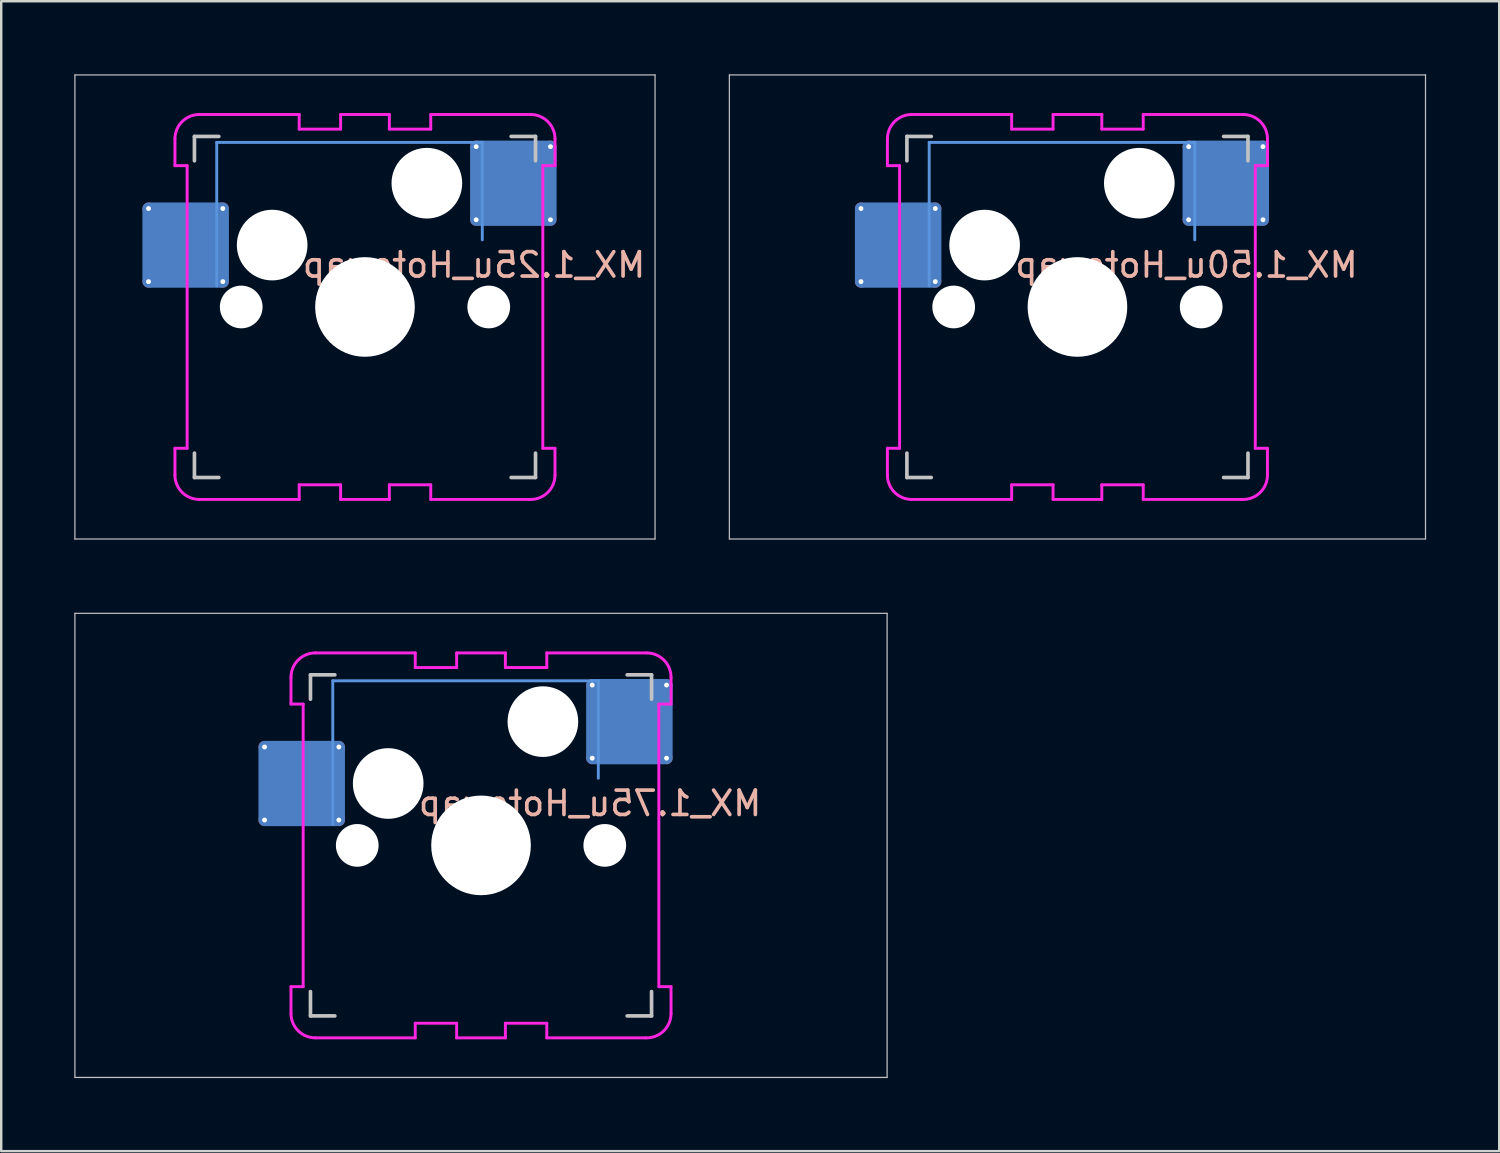
<source format=kicad_pcb>
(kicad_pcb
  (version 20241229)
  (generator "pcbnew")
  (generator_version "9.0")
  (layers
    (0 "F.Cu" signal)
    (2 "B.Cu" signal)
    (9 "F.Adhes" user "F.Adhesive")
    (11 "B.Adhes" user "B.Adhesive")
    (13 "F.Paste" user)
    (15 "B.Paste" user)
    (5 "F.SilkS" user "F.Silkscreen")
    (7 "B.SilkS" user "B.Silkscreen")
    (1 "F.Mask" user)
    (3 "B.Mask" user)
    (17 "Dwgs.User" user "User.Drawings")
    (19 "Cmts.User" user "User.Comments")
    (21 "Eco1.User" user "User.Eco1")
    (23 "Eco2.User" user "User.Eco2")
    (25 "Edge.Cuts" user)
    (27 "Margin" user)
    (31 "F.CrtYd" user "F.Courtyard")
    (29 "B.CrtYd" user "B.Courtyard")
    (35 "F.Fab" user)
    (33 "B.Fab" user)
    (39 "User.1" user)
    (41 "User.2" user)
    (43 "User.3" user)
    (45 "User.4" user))
  (footprint "MX_1.25u_Hotswap"
    (layer "F.Cu")
    (at 11.931 9.55)
    (property "Reference" "MX_1.25u_Hotswap" (at 4.475 -1.725 180) (layer "B.SilkS") (effects (font (size 1 1) (thickness 0.15)) (justify mirror)))
    (attr through_hole)
    (fp_line (start -11.906 -9.525) (end 11.906 -9.525) (stroke (width 0.05) (type solid)) (layer "Dwgs.User"))
    (fp_line (start -11.906 9.525) (end -11.906 -9.525) (stroke (width 0.05) (type solid)) (layer "Dwgs.User"))
    (fp_line (start -7 -7) (end -6 -7) (stroke (width 0.15) (type solid)) (layer "Dwgs.User"))
    (fp_line (start -7 -6) (end -7 -7) (stroke (width 0.15) (type solid)) (layer "Dwgs.User"))
    (fp_line (start -7 6) (end -7 7) (stroke (width 0.15) (type solid)) (layer "Dwgs.User"))
    (fp_line (start -7 7) (end -6 7) (stroke (width 0.15) (type solid)) (layer "Dwgs.User"))
    (fp_line (start 6 7) (end 7 7) (stroke (width 0.15) (type solid)) (layer "Dwgs.User"))
    (fp_line (start 7 -7) (end 6 -7) (stroke (width 0.15) (type solid)) (layer "Dwgs.User"))
    (fp_line (start 7 -7) (end 7 -6) (stroke (width 0.15) (type solid)) (layer "Dwgs.User"))
    (fp_line (start 7 7) (end 7 6) (stroke (width 0.15) (type solid)) (layer "Dwgs.User"))
    (fp_line (start 11.906 -9.525) (end 11.906 9.525) (stroke (width 0.05) (type solid)) (layer "Dwgs.User"))
    (fp_line (start 11.906 9.525) (end -11.906 9.525) (stroke (width 0.05) (type solid)) (layer "Dwgs.User"))
    (fp_line (start -6.085 -6.755) (end -6.085 -0.865) (stroke (width 0.12) (type solid)) (layer "Cmts.User"))
    (fp_line (start -6.085 -6.755) (end 4.815 -6.755) (stroke (width 0.12) (type solid)) (layer "Cmts.User"))
    (fp_line (start 4.815 -6.755) (end 4.815 -2.755) (stroke (width 0.12) (type solid)) (layer "Cmts.User"))
    (fp_line (start -7.8 -6.9) (end -7.8 -5.8) (stroke (width 0.12) (type solid)) (layer "F.CrtYd"))
    (fp_line (start -7.8 -5.8) (end -7.3 -5.8) (stroke (width 0.12) (type solid)) (layer "F.CrtYd"))
    (fp_line (start -7.8 5.8) (end -7.3 5.8) (stroke (width 0.12) (type solid)) (layer "F.CrtYd"))
    (fp_line (start -7.8 6.9) (end -7.8 5.8) (stroke (width 0.12) (type solid)) (layer "F.CrtYd"))
    (fp_line (start -7.3 -5.8) (end -7.3 5.8) (stroke (width 0.12) (type solid)) (layer "F.CrtYd"))
    (fp_line (start -6.8 -7.9) (end -2.7 -7.9) (stroke (width 0.12) (type solid)) (layer "F.CrtYd"))
    (fp_line (start -6.8 7.9) (end -2.7 7.9) (stroke (width 0.12) (type solid)) (layer "F.CrtYd"))
    (fp_line (start -2.7 -7.9) (end -2.7 -7.3) (stroke (width 0.12) (type solid)) (layer "F.CrtYd"))
    (fp_line (start -2.7 7.3) (end -1 7.3) (stroke (width 0.12) (type solid)) (layer "F.CrtYd"))
    (fp_line (start -2.7 7.9) (end -2.7 7.3) (stroke (width 0.12) (type solid)) (layer "F.CrtYd"))
    (fp_line (start -1 -7.9) (end -1 -7.3) (stroke (width 0.12) (type solid)) (layer "F.CrtYd"))
    (fp_line (start -1 -7.9) (end 1 -7.9) (stroke (width 0.12) (type solid)) (layer "F.CrtYd"))
    (fp_line (start -1 -7.3) (end -2.7 -7.3) (stroke (width 0.12) (type solid)) (layer "F.CrtYd"))
    (fp_line (start -1 7.3) (end -1 7.9) (stroke (width 0.12) (type solid)) (layer "F.CrtYd"))
    (fp_line (start -1 7.9) (end 1 7.9) (stroke (width 0.12) (type solid)) (layer "F.CrtYd"))
    (fp_line (start 1 -7.9) (end 1 -7.3) (stroke (width 0.12) (type solid)) (layer "F.CrtYd"))
    (fp_line (start 1 -7.3) (end 2.7 -7.3) (stroke (width 0.12) (type solid)) (layer "F.CrtYd"))
    (fp_line (start 1 7.3) (end 2.7 7.3) (stroke (width 0.12) (type solid)) (layer "F.CrtYd"))
    (fp_line (start 1 7.9) (end 1 7.3) (stroke (width 0.12) (type solid)) (layer "F.CrtYd"))
    (fp_line (start 2.7 -7.9) (end 2.7 -7.3) (stroke (width 0.12) (type solid)) (layer "F.CrtYd"))
    (fp_line (start 2.7 7.9) (end 2.7 7.3) (stroke (width 0.12) (type solid)) (layer "F.CrtYd"))
    (fp_line (start 6.749 7.9) (end 2.7 7.9) (stroke (width 0.12) (type solid)) (layer "F.CrtYd"))
    (fp_line (start 6.8 -7.9) (end 2.7 -7.9) (stroke (width 0.12) (type solid)) (layer "F.CrtYd"))
    (fp_line (start 7.3 5.8) (end 7.3 -5.8) (stroke (width 0.12) (type solid)) (layer "F.CrtYd"))
    (fp_line (start 7.799 5.8) (end 7.3 5.8) (stroke (width 0.12) (type solid)) (layer "F.CrtYd"))
    (fp_line (start 7.8 -6.9) (end 7.8 -5.8) (stroke (width 0.12) (type solid)) (layer "F.CrtYd"))
    (fp_line (start 7.8 -5.8) (end 7.3 -5.8) (stroke (width 0.12) (type solid)) (layer "F.CrtYd"))
    (fp_line (start 7.8 6.9) (end 7.799 5.8) (stroke (width 0.12) (type solid)) (layer "F.CrtYd"))
    (fp_arc (start -7.8 -6.9) (mid -7.507107 -7.607107) (end -6.8 -7.9) (stroke (width 0.12) (type solid)) (layer "F.CrtYd"))
    (fp_arc (start -6.8 7.9) (mid -7.507107 7.607107) (end -7.8 6.9) (stroke (width 0.12) (type solid)) (layer "F.CrtYd"))
    (fp_arc (start 6.8 -7.9) (mid 7.507107 -7.607107) (end 7.8 -6.9) (stroke (width 0.12) (type solid)) (layer "F.CrtYd"))
    (fp_arc (start 7.8 6.9) (mid 7.488837 7.625452) (end 6.748751 7.9) (stroke (width 0.12) (type solid)) (layer "F.CrtYd"))
    (pad "" np_thru_hole circle (at -5.08 0) (size 1.753 1.753) (drill 1.753) (layers "*.Cu" "*.Mask"))
    (pad "" np_thru_hole circle (at -3.81 -2.54) (size 2.9 2.9) (drill 2.9) (layers "*.Cu" "*.Mask"))
    (pad "" np_thru_hole circle (at 0 0) (size 4.089 4.089) (drill 4.089) (layers "*.Cu" "*.Mask"))
    (pad "" np_thru_hole circle (at 2.54 -5.08) (size 2.9 2.9) (drill 2.9) (layers "*.Cu" "*.Mask"))
    (pad "" np_thru_hole circle (at 5.08 0) (size 1.753 1.753) (drill 1.753) (layers "*.Cu" "*.Mask"))
    (pad "1" thru_hole circle (at -8.885 -4.04) (size 0.5 0.5) (drill 0.2) (layers "*.Cu" "*.Mask"))
    (pad "1" thru_hole circle (at -8.885 -1.04) (size 0.5 0.5) (drill 0.2) (layers "*.Cu" "*.Mask"))
    (pad "1" smd roundrect (at -7.36 -2.54) (size 3.55 3.5) (layers "B.Cu" "B.Mask" "B.Paste") (roundrect_rratio 0.1))
    (pad "1" thru_hole circle (at -5.835 -4.04) (size 0.5 0.5) (drill 0.2) (layers "*.Cu" "*.Mask"))
    (pad "1" thru_hole circle (at -5.835 -1.04) (size 0.5 0.5) (drill 0.2) (layers "*.Cu" "*.Mask"))
    (pad "2" thru_hole circle (at 4.565 -6.58) (size 0.5 0.5) (drill 0.2) (layers "*.Cu" "*.Mask"))
    (pad "2" thru_hole circle (at 4.565 -3.58) (size 0.5 0.5) (drill 0.2) (layers "*.Cu" "*.Mask"))
    (pad "2" smd roundrect (at 6.09 -5.08) (size 3.55 3.5) (layers "B.Cu" "B.Mask" "B.Paste") (roundrect_rratio 0.1))
    (pad "2" thru_hole circle (at 7.615 -6.58) (size 0.5 0.5) (drill 0.2) (layers "*.Cu" "*.Mask"))
    (pad "2" thru_hole circle (at 7.615 -3.58) (size 0.5 0.5) (drill 0.2) (layers "*.Cu" "*.Mask")))
  (footprint "MX_1.50u_Hotswap"
    (layer "F.Cu")
    (at 41.175 9.55)
    (property "Reference" "MX_1.50u_Hotswap" (at 4.475 -1.725 0) (unlocked yes) (layer "B.SilkS") (effects (font (size 1 1) (thickness 0.15)) (justify mirror)))
    (attr through_hole)
    (fp_line (start -14.287 -9.525) (end 14.287 -9.525) (stroke (width 0.05) (type solid)) (layer "Dwgs.User"))
    (fp_line (start -14.287 9.525) (end -14.287 -9.525) (stroke (width 0.05) (type solid)) (layer "Dwgs.User"))
    (fp_line (start -7 -7) (end -6 -7) (stroke (width 0.15) (type solid)) (layer "Dwgs.User"))
    (fp_line (start -7 -6) (end -7 -7) (stroke (width 0.15) (type solid)) (layer "Dwgs.User"))
    (fp_line (start -7 6) (end -7 7) (stroke (width 0.15) (type solid)) (layer "Dwgs.User"))
    (fp_line (start -7 7) (end -6 7) (stroke (width 0.15) (type solid)) (layer "Dwgs.User"))
    (fp_line (start 6 7) (end 7 7) (stroke (width 0.15) (type solid)) (layer "Dwgs.User"))
    (fp_line (start 7 -7) (end 6 -7) (stroke (width 0.15) (type solid)) (layer "Dwgs.User"))
    (fp_line (start 7 -7) (end 7 -6) (stroke (width 0.15) (type solid)) (layer "Dwgs.User"))
    (fp_line (start 7 7) (end 7 6) (stroke (width 0.15) (type solid)) (layer "Dwgs.User"))
    (fp_line (start 14.287 -9.525) (end 14.287 9.525) (stroke (width 0.05) (type solid)) (layer "Dwgs.User"))
    (fp_line (start 14.287 9.525) (end -14.287 9.525) (stroke (width 0.05) (type solid)) (layer "Dwgs.User"))
    (fp_line (start -6.085 -6.755) (end -6.085 -0.865) (stroke (width 0.12) (type solid)) (layer "Cmts.User"))
    (fp_line (start -6.085 -6.755) (end 4.815 -6.755) (stroke (width 0.12) (type solid)) (layer "Cmts.User"))
    (fp_line (start 4.815 -6.755) (end 4.815 -2.755) (stroke (width 0.12) (type solid)) (layer "Cmts.User"))
    (fp_line (start -7.8 -6.9) (end -7.8 -5.8) (stroke (width 0.12) (type solid)) (layer "F.CrtYd"))
    (fp_line (start -7.8 -5.8) (end -7.3 -5.8) (stroke (width 0.12) (type solid)) (layer "F.CrtYd"))
    (fp_line (start -7.8 5.8) (end -7.3 5.8) (stroke (width 0.12) (type solid)) (layer "F.CrtYd"))
    (fp_line (start -7.8 6.9) (end -7.8 5.8) (stroke (width 0.12) (type solid)) (layer "F.CrtYd"))
    (fp_line (start -7.3 -5.8) (end -7.3 5.8) (stroke (width 0.12) (type solid)) (layer "F.CrtYd"))
    (fp_line (start -6.8 -7.9) (end -2.7 -7.9) (stroke (width 0.12) (type solid)) (layer "F.CrtYd"))
    (fp_line (start -6.8 7.9) (end -2.7 7.9) (stroke (width 0.12) (type solid)) (layer "F.CrtYd"))
    (fp_line (start -2.7 -7.9) (end -2.7 -7.3) (stroke (width 0.12) (type solid)) (layer "F.CrtYd"))
    (fp_line (start -2.7 7.3) (end -1 7.3) (stroke (width 0.12) (type solid)) (layer "F.CrtYd"))
    (fp_line (start -2.7 7.9) (end -2.7 7.3) (stroke (width 0.12) (type solid)) (layer "F.CrtYd"))
    (fp_line (start -1 -7.9) (end -1 -7.3) (stroke (width 0.12) (type solid)) (layer "F.CrtYd"))
    (fp_line (start -1 -7.9) (end 1 -7.9) (stroke (width 0.12) (type solid)) (layer "F.CrtYd"))
    (fp_line (start -1 -7.3) (end -2.7 -7.3) (stroke (width 0.12) (type solid)) (layer "F.CrtYd"))
    (fp_line (start -1 7.3) (end -1 7.9) (stroke (width 0.12) (type solid)) (layer "F.CrtYd"))
    (fp_line (start -1 7.9) (end 1 7.9) (stroke (width 0.12) (type solid)) (layer "F.CrtYd"))
    (fp_line (start 1 -7.9) (end 1 -7.3) (stroke (width 0.12) (type solid)) (layer "F.CrtYd"))
    (fp_line (start 1 -7.3) (end 2.7 -7.3) (stroke (width 0.12) (type solid)) (layer "F.CrtYd"))
    (fp_line (start 1 7.3) (end 2.7 7.3) (stroke (width 0.12) (type solid)) (layer "F.CrtYd"))
    (fp_line (start 1 7.9) (end 1 7.3) (stroke (width 0.12) (type solid)) (layer "F.CrtYd"))
    (fp_line (start 2.7 -7.9) (end 2.7 -7.3) (stroke (width 0.12) (type solid)) (layer "F.CrtYd"))
    (fp_line (start 2.7 7.9) (end 2.7 7.3) (stroke (width 0.12) (type solid)) (layer "F.CrtYd"))
    (fp_line (start 6.749 7.9) (end 2.7 7.9) (stroke (width 0.12) (type solid)) (layer "F.CrtYd"))
    (fp_line (start 6.8 -7.9) (end 2.7 -7.9) (stroke (width 0.12) (type solid)) (layer "F.CrtYd"))
    (fp_line (start 7.3 5.8) (end 7.3 -5.8) (stroke (width 0.12) (type solid)) (layer "F.CrtYd"))
    (fp_line (start 7.799 5.8) (end 7.3 5.8) (stroke (width 0.12) (type solid)) (layer "F.CrtYd"))
    (fp_line (start 7.8 -6.9) (end 7.8 -5.8) (stroke (width 0.12) (type solid)) (layer "F.CrtYd"))
    (fp_line (start 7.8 -5.8) (end 7.3 -5.8) (stroke (width 0.12) (type solid)) (layer "F.CrtYd"))
    (fp_line (start 7.8 6.9) (end 7.799 5.8) (stroke (width 0.12) (type solid)) (layer "F.CrtYd"))
    (fp_arc (start -7.8 -6.9) (mid -7.507107 -7.607107) (end -6.8 -7.9) (stroke (width 0.12) (type solid)) (layer "F.CrtYd"))
    (fp_arc (start -6.8 7.9) (mid -7.507107 7.607107) (end -7.8 6.9) (stroke (width 0.12) (type solid)) (layer "F.CrtYd"))
    (fp_arc (start 6.8 -7.9) (mid 7.507107 -7.607107) (end 7.8 -6.9) (stroke (width 0.12) (type solid)) (layer "F.CrtYd"))
    (fp_arc (start 7.8 6.9) (mid 7.488837 7.625453) (end 6.748751 7.9) (stroke (width 0.12) (type solid)) (layer "F.CrtYd"))
    (pad "" np_thru_hole circle (at -5.08 0) (size 1.753 1.753) (drill 1.753) (layers "*.Cu" "*.Mask"))
    (pad "" np_thru_hole circle (at -3.81 -2.54) (size 2.9 2.9) (drill 2.9) (layers "*.Cu" "*.Mask"))
    (pad "" np_thru_hole circle (at 0 0) (size 4.089 4.089) (drill 4.089) (layers "*.Cu" "*.Mask"))
    (pad "" np_thru_hole circle (at 2.54 -5.08) (size 2.9 2.9) (drill 2.9) (layers "*.Cu" "*.Mask"))
    (pad "" np_thru_hole circle (at 5.08 0) (size 1.753 1.753) (drill 1.753) (layers "*.Cu" "*.Mask"))
    (pad "1" thru_hole circle (at -8.885 -4.04) (size 0.5 0.5) (drill 0.2) (layers "*.Cu" "*.Mask"))
    (pad "1" thru_hole circle (at -8.885 -1.04) (size 0.5 0.5) (drill 0.2) (layers "*.Cu" "*.Mask"))
    (pad "1" smd roundrect (at -7.36 -2.54) (size 3.55 3.5) (layers "B.Cu" "B.Mask" "B.Paste") (roundrect_rratio 0.1))
    (pad "1" thru_hole circle (at -5.835 -4.04) (size 0.5 0.5) (drill 0.2) (layers "*.Cu" "*.Mask"))
    (pad "1" thru_hole circle (at -5.835 -1.04) (size 0.5 0.5) (drill 0.2) (layers "*.Cu" "*.Mask"))
    (pad "2" thru_hole circle (at 4.565 -6.58) (size 0.5 0.5) (drill 0.2) (layers "*.Cu" "*.Mask"))
    (pad "2" thru_hole circle (at 4.565 -3.58) (size 0.5 0.5) (drill 0.2) (layers "*.Cu" "*.Mask"))
    (pad "2" smd roundrect (at 6.09 -5.08) (size 3.55 3.5) (layers "B.Cu" "B.Mask" "B.Paste") (roundrect_rratio 0.1))
    (pad "2" thru_hole circle (at 7.615 -6.58) (size 0.5 0.5) (drill 0.2) (layers "*.Cu" "*.Mask"))
    (pad "2" thru_hole circle (at 7.615 -3.58) (size 0.5 0.5) (drill 0.2) (layers "*.Cu" "*.Mask")))
  (footprint "MX_1.75u_Hotswap"
    (layer "F.Cu")
    (at 16.694 31.65)
    (property "Reference" "MX_1.75u_Hotswap" (at 4.475 -1.725 180) (layer "B.SilkS") (effects (font (size 1 1) (thickness 0.15)) (justify mirror)))
    (attr through_hole)
    (fp_line (start -16.669 -9.525) (end 16.669 -9.525) (stroke (width 0.05) (type solid)) (layer "Dwgs.User"))
    (fp_line (start -16.669 9.525) (end -16.669 -9.525) (stroke (width 0.05) (type solid)) (layer "Dwgs.User"))
    (fp_line (start -7 -7) (end -6 -7) (stroke (width 0.15) (type solid)) (layer "Dwgs.User"))
    (fp_line (start -7 -6) (end -7 -7) (stroke (width 0.15) (type solid)) (layer "Dwgs.User"))
    (fp_line (start -7 6) (end -7 7) (stroke (width 0.15) (type solid)) (layer "Dwgs.User"))
    (fp_line (start -7 7) (end -6 7) (stroke (width 0.15) (type solid)) (layer "Dwgs.User"))
    (fp_line (start 6 7) (end 7 7) (stroke (width 0.15) (type solid)) (layer "Dwgs.User"))
    (fp_line (start 7 -7) (end 6 -7) (stroke (width 0.15) (type solid)) (layer "Dwgs.User"))
    (fp_line (start 7 -7) (end 7 -6) (stroke (width 0.15) (type solid)) (layer "Dwgs.User"))
    (fp_line (start 7 7) (end 7 6) (stroke (width 0.15) (type solid)) (layer "Dwgs.User"))
    (fp_line (start 16.669 -9.525) (end 16.669 9.525) (stroke (width 0.05) (type solid)) (layer "Dwgs.User"))
    (fp_line (start 16.669 9.525) (end -16.669 9.525) (stroke (width 0.05) (type solid)) (layer "Dwgs.User"))
    (fp_line (start -6.085 -6.755) (end -6.085 -0.865) (stroke (width 0.12) (type solid)) (layer "Cmts.User"))
    (fp_line (start -6.085 -6.755) (end 4.815 -6.755) (stroke (width 0.12) (type solid)) (layer "Cmts.User"))
    (fp_line (start 4.815 -6.755) (end 4.815 -2.755) (stroke (width 0.12) (type solid)) (layer "Cmts.User"))
    (fp_line (start -7.8 -6.9) (end -7.8 -5.8) (stroke (width 0.12) (type solid)) (layer "F.CrtYd"))
    (fp_line (start -7.8 -5.8) (end -7.3 -5.8) (stroke (width 0.12) (type solid)) (layer "F.CrtYd"))
    (fp_line (start -7.8 5.8) (end -7.3 5.8) (stroke (width 0.12) (type solid)) (layer "F.CrtYd"))
    (fp_line (start -7.8 6.9) (end -7.8 5.8) (stroke (width 0.12) (type solid)) (layer "F.CrtYd"))
    (fp_line (start -7.3 -5.8) (end -7.3 5.8) (stroke (width 0.12) (type solid)) (layer "F.CrtYd"))
    (fp_line (start -6.8 -7.9) (end -2.7 -7.9) (stroke (width 0.12) (type solid)) (layer "F.CrtYd"))
    (fp_line (start -6.8 7.9) (end -2.7 7.9) (stroke (width 0.12) (type solid)) (layer "F.CrtYd"))
    (fp_line (start -2.7 -7.9) (end -2.7 -7.3) (stroke (width 0.12) (type solid)) (layer "F.CrtYd"))
    (fp_line (start -2.7 7.3) (end -1 7.3) (stroke (width 0.12) (type solid)) (layer "F.CrtYd"))
    (fp_line (start -2.7 7.9) (end -2.7 7.3) (stroke (width 0.12) (type solid)) (layer "F.CrtYd"))
    (fp_line (start -1 -7.9) (end -1 -7.3) (stroke (width 0.12) (type solid)) (layer "F.CrtYd"))
    (fp_line (start -1 -7.9) (end 1 -7.9) (stroke (width 0.12) (type solid)) (layer "F.CrtYd"))
    (fp_line (start -1 -7.3) (end -2.7 -7.3) (stroke (width 0.12) (type solid)) (layer "F.CrtYd"))
    (fp_line (start -1 7.3) (end -1 7.9) (stroke (width 0.12) (type solid)) (layer "F.CrtYd"))
    (fp_line (start -1 7.9) (end 1 7.9) (stroke (width 0.12) (type solid)) (layer "F.CrtYd"))
    (fp_line (start 1 -7.9) (end 1 -7.3) (stroke (width 0.12) (type solid)) (layer "F.CrtYd"))
    (fp_line (start 1 -7.3) (end 2.7 -7.3) (stroke (width 0.12) (type solid)) (layer "F.CrtYd"))
    (fp_line (start 1 7.3) (end 2.7 7.3) (stroke (width 0.12) (type solid)) (layer "F.CrtYd"))
    (fp_line (start 1 7.9) (end 1 7.3) (stroke (width 0.12) (type solid)) (layer "F.CrtYd"))
    (fp_line (start 2.7 -7.9) (end 2.7 -7.3) (stroke (width 0.12) (type solid)) (layer "F.CrtYd"))
    (fp_line (start 2.7 7.9) (end 2.7 7.3) (stroke (width 0.12) (type solid)) (layer "F.CrtYd"))
    (fp_line (start 6.749 7.9) (end 2.7 7.9) (stroke (width 0.12) (type solid)) (layer "F.CrtYd"))
    (fp_line (start 6.8 -7.9) (end 2.7 -7.9) (stroke (width 0.12) (type solid)) (layer "F.CrtYd"))
    (fp_line (start 7.3 5.8) (end 7.3 -5.8) (stroke (width 0.12) (type solid)) (layer "F.CrtYd"))
    (fp_line (start 7.799 5.8) (end 7.3 5.8) (stroke (width 0.12) (type solid)) (layer "F.CrtYd"))
    (fp_line (start 7.8 -6.9) (end 7.8 -5.8) (stroke (width 0.12) (type solid)) (layer "F.CrtYd"))
    (fp_line (start 7.8 -5.8) (end 7.3 -5.8) (stroke (width 0.12) (type solid)) (layer "F.CrtYd"))
    (fp_line (start 7.8 6.9) (end 7.799 5.8) (stroke (width 0.12) (type solid)) (layer "F.CrtYd"))
    (fp_arc (start -7.8 -6.9) (mid -7.507107 -7.607107) (end -6.8 -7.9) (stroke (width 0.12) (type solid)) (layer "F.CrtYd"))
    (fp_arc (start -6.8 7.9) (mid -7.507107 7.607107) (end -7.8 6.9) (stroke (width 0.12) (type solid)) (layer "F.CrtYd"))
    (fp_arc (start 6.8 -7.9) (mid 7.507107 -7.607107) (end 7.8 -6.9) (stroke (width 0.12) (type solid)) (layer "F.CrtYd"))
    (fp_arc (start 7.8 6.9) (mid 7.488837 7.625452) (end 6.748751 7.9) (stroke (width 0.12) (type solid)) (layer "F.CrtYd"))
    (pad "" np_thru_hole circle (at -5.08 0) (size 1.753 1.753) (drill 1.753) (layers "*.Cu" "*.Mask"))
    (pad "" np_thru_hole circle (at -3.81 -2.54) (size 2.9 2.9) (drill 2.9) (layers "*.Cu" "*.Mask"))
    (pad "" np_thru_hole circle (at 0 0) (size 4.089 4.089) (drill 4.089) (layers "*.Cu" "*.Mask"))
    (pad "" np_thru_hole circle (at 2.54 -5.08) (size 2.9 2.9) (drill 2.9) (layers "*.Cu" "*.Mask"))
    (pad "" np_thru_hole circle (at 5.08 0) (size 1.753 1.753) (drill 1.753) (layers "*.Cu" "*.Mask"))
    (pad "1" thru_hole circle (at -8.885 -4.04) (size 0.5 0.5) (drill 0.2) (layers "*.Cu" "*.Mask"))
    (pad "1" thru_hole circle (at -8.885 -1.04) (size 0.5 0.5) (drill 0.2) (layers "*.Cu" "*.Mask"))
    (pad "1" smd roundrect (at -7.36 -2.54) (size 3.55 3.5) (layers "B.Cu" "B.Mask" "B.Paste") (roundrect_rratio 0.1))
    (pad "1" thru_hole circle (at -5.835 -4.04) (size 0.5 0.5) (drill 0.2) (layers "*.Cu" "*.Mask"))
    (pad "1" thru_hole circle (at -5.835 -1.04) (size 0.5 0.5) (drill 0.2) (layers "*.Cu" "*.Mask"))
    (pad "2" thru_hole circle (at 4.565 -6.58) (size 0.5 0.5) (drill 0.2) (layers "*.Cu" "*.Mask"))
    (pad "2" thru_hole circle (at 4.565 -3.58) (size 0.5 0.5) (drill 0.2) (layers "*.Cu" "*.Mask"))
    (pad "2" smd roundrect (at 6.09 -5.08) (size 3.55 3.5) (layers "B.Cu" "B.Mask" "B.Paste") (roundrect_rratio 0.1))
    (pad "2" thru_hole circle (at 7.615 -6.58) (size 0.5 0.5) (drill 0.2) (layers "*.Cu" "*.Mask"))
    (pad "2" thru_hole circle (at 7.615 -3.58) (size 0.5 0.5) (drill 0.2) (layers "*.Cu" "*.Mask")))
  (gr_rect
    (start -3 -3)
    (end 58.487 44.2)
    (stroke (width 0.1) (type default))
    (fill no)
    (layer "Edge.Cuts")))
</source>
